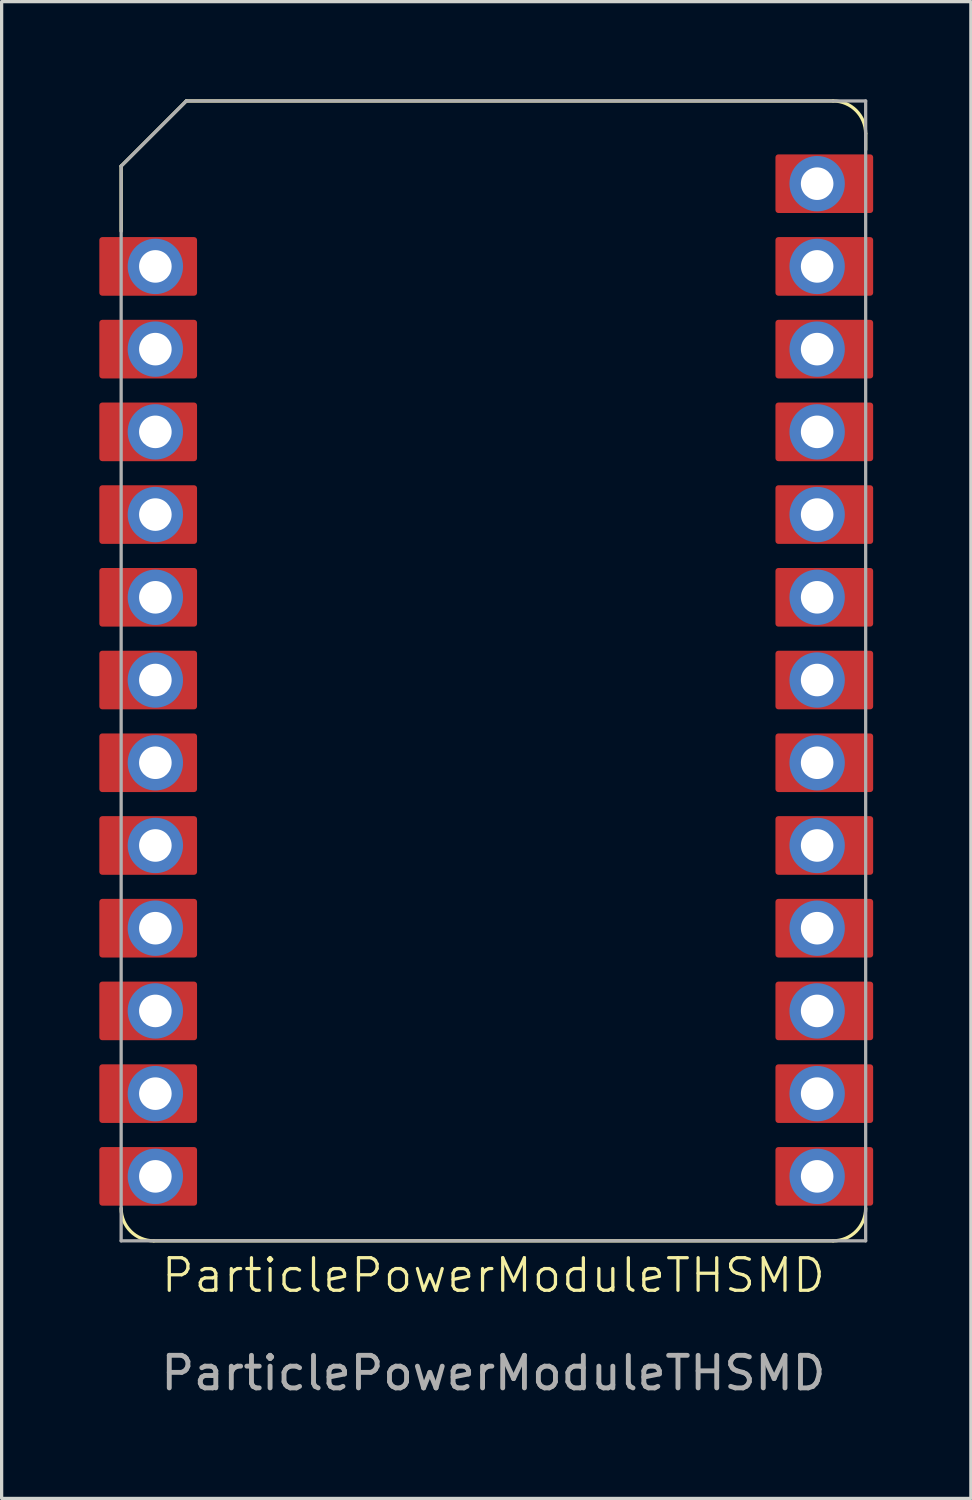
<source format=kicad_pcb>
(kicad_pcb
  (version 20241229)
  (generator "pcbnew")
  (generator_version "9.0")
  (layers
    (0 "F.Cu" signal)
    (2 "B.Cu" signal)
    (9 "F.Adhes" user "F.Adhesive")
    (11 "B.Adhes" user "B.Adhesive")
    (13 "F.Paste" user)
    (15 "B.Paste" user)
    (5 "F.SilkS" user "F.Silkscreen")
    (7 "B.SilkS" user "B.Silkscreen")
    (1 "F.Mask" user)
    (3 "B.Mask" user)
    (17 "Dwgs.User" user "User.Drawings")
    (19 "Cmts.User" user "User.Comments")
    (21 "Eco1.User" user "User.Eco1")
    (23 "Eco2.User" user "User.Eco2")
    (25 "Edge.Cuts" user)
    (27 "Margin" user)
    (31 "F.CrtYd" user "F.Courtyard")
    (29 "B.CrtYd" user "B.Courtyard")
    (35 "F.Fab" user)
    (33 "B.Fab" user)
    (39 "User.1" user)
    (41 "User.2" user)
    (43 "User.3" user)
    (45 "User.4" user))
  (footprint "ParticlePowerModuleTHSMD"
    (layer "F.Cu")
    (at 1.72 5.13)
    (property "Reference" "ParticlePowerModuleTHSMD" (at 10.38 30.98 0) (unlocked yes) (layer "F.SilkS") (effects (font (size 1 1) (thickness 0.1))))
    (attr smd)
    (fp_line (start -1.05 -3.08) (end -1.05 -1.08) (stroke (width 0.1) (type default)) (layer "F.SilkS"))
    (fp_line (start -1.05 -3.08) (end 0.95 -5.08) (stroke (width 0.1) (type default)) (layer "F.SilkS"))
    (fp_line (start 20.81 -5.08) (end 0.95 -5.08) (stroke (width 0.1) (type default)) (layer "F.SilkS"))
    (fp_line (start 20.81 29.92) (end -0.05 29.92) (stroke (width 0.1) (type default)) (layer "F.SilkS"))
    (fp_line (start 21.81 -4.08) (end 21.81 -3.58) (stroke (width 0.1) (type default)) (layer "F.SilkS"))
    (fp_arc (start -0.05 29.92) (mid -0.757107 29.627107) (end -1.05 28.92) (stroke (width 0.1) (type default)) (layer "F.SilkS"))
    (fp_arc (start 20.81 -5.08) (mid 21.517107 -4.787107) (end 21.81 -4.08) (stroke (width 0.1) (type default)) (layer "F.SilkS"))
    (fp_arc (start 21.81 28.92) (mid 21.517107 29.627107) (end 20.81 29.92) (stroke (width 0.1) (type default)) (layer "F.SilkS"))
    (fp_line (start -1.05 -3.08) (end 0.95 -5.08) (stroke (width 0.1) (type default)) (layer "F.Fab"))
    (fp_line (start -1.05 29.92) (end -1.05 -3.08) (stroke (width 0.1) (type default)) (layer "F.Fab"))
    (fp_line (start 21.81 -5.08) (end 0.95 -5.08) (stroke (width 0.1) (type default)) (layer "F.Fab"))
    (fp_line (start 21.81 29.92) (end -1.05 29.92) (stroke (width 0.1) (type default)) (layer "F.Fab"))
    (fp_line (start 21.81 29.92) (end 21.81 -5.08) (stroke (width 0.1) (type default)) (layer "F.Fab"))
    (fp_text user "${REFERENCE}" (at 10.38 33.98 0) (unlocked yes) (layer "F.Fab") (effects (font (size 1 1) (thickness 0.15))))
    (pad "1" smd roundrect (at -0.22 0) (size 3 1.8) (layers "F.Cu" "F.Mask" "F.Paste") (roundrect_rratio 0.05))
    (pad "1" thru_hole circle (at 0 0) (size 1.7 1.7) (drill 1) (layers "*.Cu" "*.Mask"))
    (pad "2" smd roundrect (at -0.22 2.54) (size 3 1.8) (layers "F.Cu" "F.Mask" "F.Paste") (roundrect_rratio 0.05))
    (pad "2" thru_hole circle (at 0 2.54) (size 1.7 1.7) (drill 1) (layers "*.Cu" "*.Mask"))
    (pad "3" smd roundrect (at -0.22 5.08) (size 3 1.8) (layers "F.Cu" "F.Mask" "F.Paste") (roundrect_rratio 0.05))
    (pad "3" thru_hole circle (at 0 5.08) (size 1.7 1.7) (drill 1) (layers "*.Cu" "*.Mask"))
    (pad "4" smd roundrect (at -0.22 7.62) (size 3 1.8) (layers "F.Cu" "F.Mask" "F.Paste") (roundrect_rratio 0.05))
    (pad "4" thru_hole circle (at 0 7.62) (size 1.7 1.7) (drill 1) (layers "*.Cu" "*.Mask"))
    (pad "5" smd roundrect (at -0.22 10.16) (size 3 1.8) (layers "F.Cu" "F.Mask" "F.Paste") (roundrect_rratio 0.05))
    (pad "5" thru_hole circle (at 0 10.16) (size 1.7 1.7) (drill 1) (layers "*.Cu" "*.Mask"))
    (pad "6" smd roundrect (at -0.22 12.7) (size 3 1.8) (layers "F.Cu" "F.Mask" "F.Paste") (roundrect_rratio 0.05))
    (pad "6" thru_hole circle (at 0 12.7) (size 1.7 1.7) (drill 1) (layers "*.Cu" "*.Mask"))
    (pad "7" smd roundrect (at -0.22 15.24) (size 3 1.8) (layers "F.Cu" "F.Mask" "F.Paste") (roundrect_rratio 0.05))
    (pad "7" thru_hole circle (at 0 15.24) (size 1.7 1.7) (drill 1) (layers "*.Cu" "*.Mask"))
    (pad "8" smd roundrect (at -0.22 17.78) (size 3 1.8) (layers "F.Cu" "F.Mask" "F.Paste") (roundrect_rratio 0.05))
    (pad "8" thru_hole circle (at 0 17.78) (size 1.7 1.7) (drill 1) (layers "*.Cu" "*.Mask"))
    (pad "9" smd roundrect (at -0.22 20.32) (size 3 1.8) (layers "F.Cu" "F.Mask" "F.Paste") (roundrect_rratio 0.05))
    (pad "9" thru_hole circle (at 0 20.32) (size 1.7 1.7) (drill 1) (layers "*.Cu" "*.Mask"))
    (pad "10" smd roundrect (at -0.22 22.86) (size 3 1.8) (layers "F.Cu" "F.Mask" "F.Paste") (roundrect_rratio 0.05))
    (pad "10" thru_hole circle (at 0 22.86) (size 1.7 1.7) (drill 1) (layers "*.Cu" "*.Mask"))
    (pad "11" smd roundrect (at -0.22 25.4) (size 3 1.8) (layers "F.Cu" "F.Mask" "F.Paste") (roundrect_rratio 0.05))
    (pad "11" thru_hole circle (at 0 25.4) (size 1.7 1.7) (drill 1) (layers "*.Cu" "*.Mask"))
    (pad "12" smd roundrect (at -0.22 27.94) (size 3 1.8) (layers "F.Cu" "F.Mask" "F.Paste") (roundrect_rratio 0.05))
    (pad "12" thru_hole circle (at 0 27.94) (size 1.7 1.7) (drill 1) (layers "*.Cu" "*.Mask"))
    (pad "13" thru_hole circle (at 20.32 27.94) (size 1.7 1.7) (drill 1) (layers "*.Cu" "*.Mask"))
    (pad "13" smd roundrect (at 20.54 27.94) (size 3 1.8) (layers "F.Cu" "F.Mask" "F.Paste") (roundrect_rratio 0.05))
    (pad "14" thru_hole circle (at 20.32 25.4) (size 1.7 1.7) (drill 1) (layers "*.Cu" "*.Mask"))
    (pad "14" smd roundrect (at 20.54 25.4) (size 3 1.8) (layers "F.Cu" "F.Mask" "F.Paste") (roundrect_rratio 0.05))
    (pad "15" thru_hole circle (at 20.32 22.86) (size 1.7 1.7) (drill 1) (layers "*.Cu" "*.Mask"))
    (pad "15" smd roundrect (at 20.54 22.86) (size 3 1.8) (layers "F.Cu" "F.Mask" "F.Paste") (roundrect_rratio 0.05))
    (pad "16" thru_hole circle (at 20.32 20.32) (size 1.7 1.7) (drill 1) (layers "*.Cu" "*.Mask"))
    (pad "16" smd roundrect (at 20.54 20.32) (size 3 1.8) (layers "F.Cu" "F.Mask" "F.Paste") (roundrect_rratio 0.05))
    (pad "17" thru_hole circle (at 20.32 17.78) (size 1.7 1.7) (drill 1) (layers "*.Cu" "*.Mask"))
    (pad "17" smd roundrect (at 20.54 17.78) (size 3 1.8) (layers "F.Cu" "F.Mask" "F.Paste") (roundrect_rratio 0.05))
    (pad "18" thru_hole circle (at 20.32 15.24) (size 1.7 1.7) (drill 1) (layers "*.Cu" "*.Mask"))
    (pad "18" smd roundrect (at 20.54 15.24) (size 3 1.8) (layers "F.Cu" "F.Mask" "F.Paste") (roundrect_rratio 0.05))
    (pad "19" thru_hole circle (at 20.32 12.7) (size 1.7 1.7) (drill 1) (layers "*.Cu" "*.Mask"))
    (pad "19" smd roundrect (at 20.54 12.7) (size 3 1.8) (layers "F.Cu" "F.Mask" "F.Paste") (roundrect_rratio 0.05))
    (pad "20" thru_hole circle (at 20.32 10.16) (size 1.7 1.7) (drill 1) (layers "*.Cu" "*.Mask"))
    (pad "20" smd roundrect (at 20.54 10.16) (size 3 1.8) (layers "F.Cu" "F.Mask" "F.Paste") (roundrect_rratio 0.05))
    (pad "21" thru_hole circle (at 20.32 7.62) (size 1.7 1.7) (drill 1) (layers "*.Cu" "*.Mask"))
    (pad "21" smd roundrect (at 20.54 7.62) (size 3 1.8) (layers "F.Cu" "F.Mask" "F.Paste") (roundrect_rratio 0.05))
    (pad "22" thru_hole circle (at 20.32 5.08) (size 1.7 1.7) (drill 1) (layers "*.Cu" "*.Mask"))
    (pad "22" smd roundrect (at 20.54 5.08) (size 3 1.8) (layers "F.Cu" "F.Mask" "F.Paste") (roundrect_rratio 0.05))
    (pad "23" thru_hole circle (at 20.32 2.54) (size 1.7 1.7) (drill 1) (layers "*.Cu" "*.Mask"))
    (pad "23" smd roundrect (at 20.54 2.54) (size 3 1.8) (layers "F.Cu" "F.Mask" "F.Paste") (roundrect_rratio 0.05))
    (pad "24" thru_hole circle (at 20.32 0) (size 1.7 1.7) (drill 1) (layers "*.Cu" "*.Mask"))
    (pad "24" smd roundrect (at 20.54 0) (size 3 1.8) (layers "F.Cu" "F.Mask" "F.Paste") (roundrect_rratio 0.05))
    (pad "25" thru_hole circle (at 20.32 -2.54) (size 1.7 1.7) (drill 1) (layers "*.Cu" "*.Mask"))
    (pad "25" smd roundrect (at 20.54 -2.54) (size 3 1.8) (layers "F.Cu" "F.Mask" "F.Paste") (roundrect_rratio 0.05)))
  (gr_rect
    (start -3 -3)
    (end 26.76 42.958)
    (stroke (width 0.1) (type default))
    (fill no)
    (layer "Edge.Cuts")))
</source>
